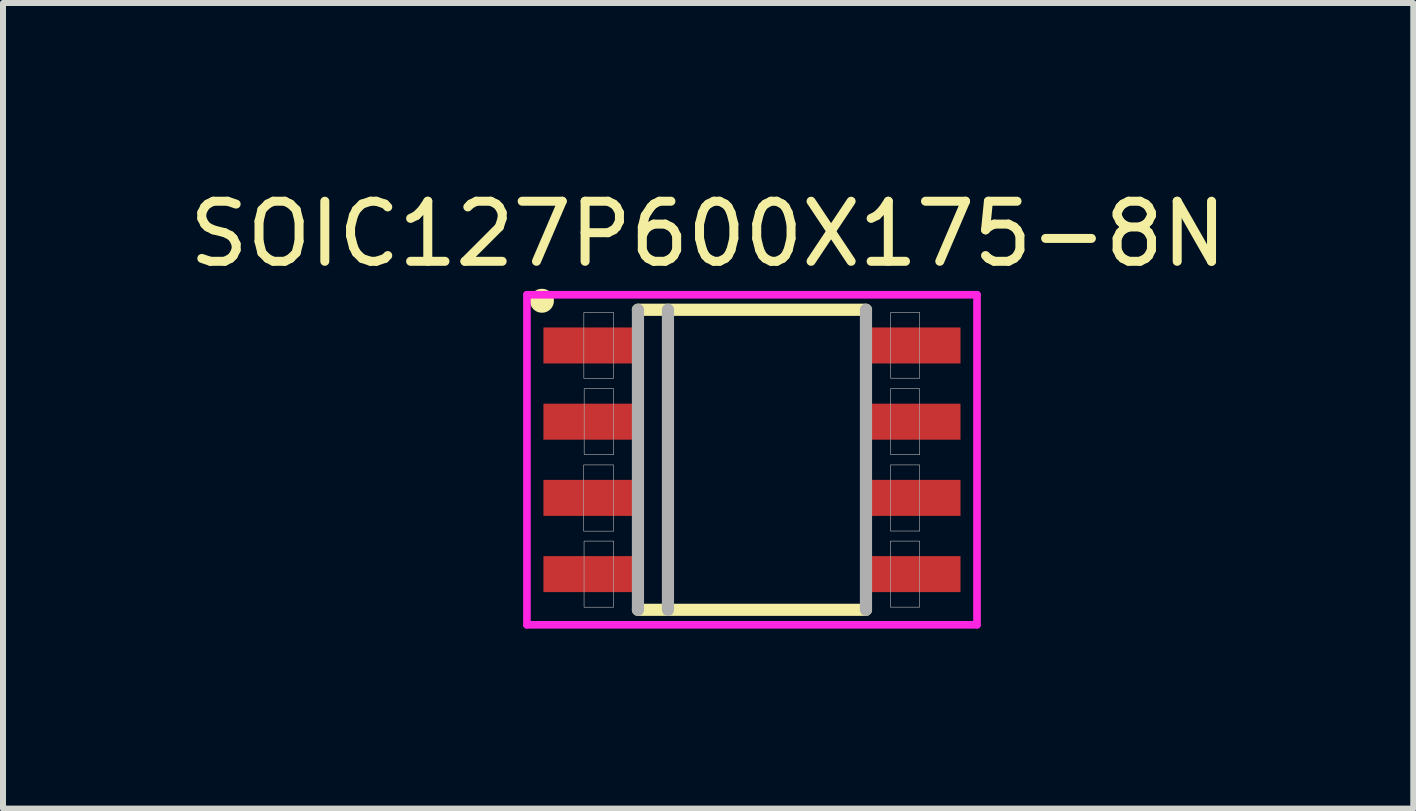
<source format=kicad_pcb>
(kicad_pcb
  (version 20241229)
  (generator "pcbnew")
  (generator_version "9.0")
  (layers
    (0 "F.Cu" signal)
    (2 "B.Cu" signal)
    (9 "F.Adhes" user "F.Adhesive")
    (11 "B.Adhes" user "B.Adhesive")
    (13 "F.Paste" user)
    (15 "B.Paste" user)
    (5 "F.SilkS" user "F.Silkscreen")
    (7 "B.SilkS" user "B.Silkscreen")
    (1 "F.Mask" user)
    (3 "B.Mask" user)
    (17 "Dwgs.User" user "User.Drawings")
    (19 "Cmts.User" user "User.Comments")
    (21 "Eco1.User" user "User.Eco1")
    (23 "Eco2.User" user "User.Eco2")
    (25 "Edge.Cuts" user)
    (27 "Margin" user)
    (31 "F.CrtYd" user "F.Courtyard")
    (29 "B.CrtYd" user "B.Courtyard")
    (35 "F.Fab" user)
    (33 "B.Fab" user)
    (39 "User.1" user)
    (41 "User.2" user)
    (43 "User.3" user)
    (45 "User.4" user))
  (footprint "SOIC127P600X175-8N"
    (layer "F.Cu")
    (at 9.481 4.612)
    (property "Reference" "SOIC127P600X175-8N" (at -0.731 -3.763 0) (layer "F.SilkS") (effects (font (size 1.001 1.001) (thickness 0.15))))
    (attr through_hole)
    (fp_line (start -1.9 -2.5) (end 1.9 -2.5) (stroke (width 0.203) (type solid)) (layer "F.SilkS"))
    (fp_line (start 1.9 2.5) (end -1.9 2.5) (stroke (width 0.203) (type solid)) (layer "F.SilkS"))
    (fp_circle (center -3.5 -2.65) (end -3.3 -2.65) (stroke (width 0) (type solid)) (fill yes) (layer "F.SilkS"))
    (fp_line (start -3.75 -2.75) (end 3.75 -2.75) (stroke (width 0.127) (type solid)) (layer "F.CrtYd"))
    (fp_line (start -3.75 2.75) (end -3.75 -2.75) (stroke (width 0.127) (type solid)) (layer "F.CrtYd"))
    (fp_line (start 3.75 -2.75) (end 3.75 2.75) (stroke (width 0.127) (type solid)) (layer "F.CrtYd"))
    (fp_line (start 3.75 2.75) (end -3.75 2.75) (stroke (width 0.127) (type solid)) (layer "F.CrtYd"))
    (fp_line (start -1.9 2.5) (end -1.9 -2.5) (stroke (width 0.203) (type solid)) (layer "F.Fab"))
    (fp_line (start -1.4 2.5) (end -1.4 -2.5) (stroke (width 0.203) (type solid)) (layer "F.Fab"))
    (fp_line (start 1.9 -2.5) (end 1.9 2.5) (stroke (width 0.203) (type solid)) (layer "F.Fab"))
    (fp_poly (pts (xy -2.805 0.085) (xy -2.305 0.085) (xy -2.305 1.189) (xy -2.805 1.189)) (stroke (width 0.01) (type solid)) (fill no) (layer "F.Fab"))
    (fp_poly (pts (xy -2.802 -2.455) (xy -2.305 -2.455) (xy -2.305 -1.358) (xy -2.802 -1.358)) (stroke (width 0.01) (type solid)) (fill no) (layer "F.Fab"))
    (fp_poly (pts (xy -2.798 1.355) (xy -2.305 1.355) (xy -2.305 2.457) (xy -2.798 2.457)) (stroke (width 0.01) (type solid)) (fill no) (layer "F.Fab"))
    (fp_poly (pts (xy -2.796 -1.185) (xy -2.305 -1.185) (xy -2.305 -0.085) (xy -2.796 -0.085)) (stroke (width 0.01) (type solid)) (fill no) (layer "F.Fab"))
    (fp_poly (pts (xy 2.306 1.355) (xy 2.795 1.355) (xy 2.795 2.456) (xy 2.306 2.456)) (stroke (width 0.01) (type solid)) (fill no) (layer "F.Fab"))
    (fp_poly (pts (xy 2.308 0.085) (xy 2.795 0.085) (xy 2.795 1.187) (xy 2.308 1.187)) (stroke (width 0.01) (type solid)) (fill no) (layer "F.Fab"))
    (fp_poly (pts (xy 2.309 -1.185) (xy 2.795 -1.185) (xy 2.795 -0.085) (xy 2.309 -0.085)) (stroke (width 0.01) (type solid)) (fill no) (layer "F.Fab"))
    (fp_poly (pts (xy 2.311 -2.455) (xy 2.795 -2.455) (xy 2.795 -1.359) (xy 2.311 -1.359)) (stroke (width 0.01) (type solid)) (fill no) (layer "F.Fab"))
    (pad "1" smd rect (at -2.7 -1.905) (size 1.55 0.6) (layers "F.Cu" "F.Mask" "F.Paste"))
    (pad "2" smd rect (at -2.7 -0.635) (size 1.55 0.6) (layers "F.Cu" "F.Mask" "F.Paste"))
    (pad "3" smd rect (at -2.7 0.635) (size 1.55 0.6) (layers "F.Cu" "F.Mask" "F.Paste"))
    (pad "4" smd rect (at -2.7 1.905) (size 1.55 0.6) (layers "F.Cu" "F.Mask" "F.Paste"))
    (pad "5" smd rect (at 2.7 1.905) (size 1.55 0.6) (layers "F.Cu" "F.Mask" "F.Paste"))
    (pad "6" smd rect (at 2.7 0.635) (size 1.55 0.6) (layers "F.Cu" "F.Mask" "F.Paste"))
    (pad "7" smd rect (at 2.7 -0.635) (size 1.55 0.6) (layers "F.Cu" "F.Mask" "F.Paste"))
    (pad "8" smd rect (at 2.7 -1.905) (size 1.55 0.6) (layers "F.Cu" "F.Mask" "F.Paste")))
  (gr_rect
    (start -3 -3)
    (end 20.501 10.425)
    (stroke (width 0.1) (type default))
    (fill no)
    (layer "Edge.Cuts")))
</source>
